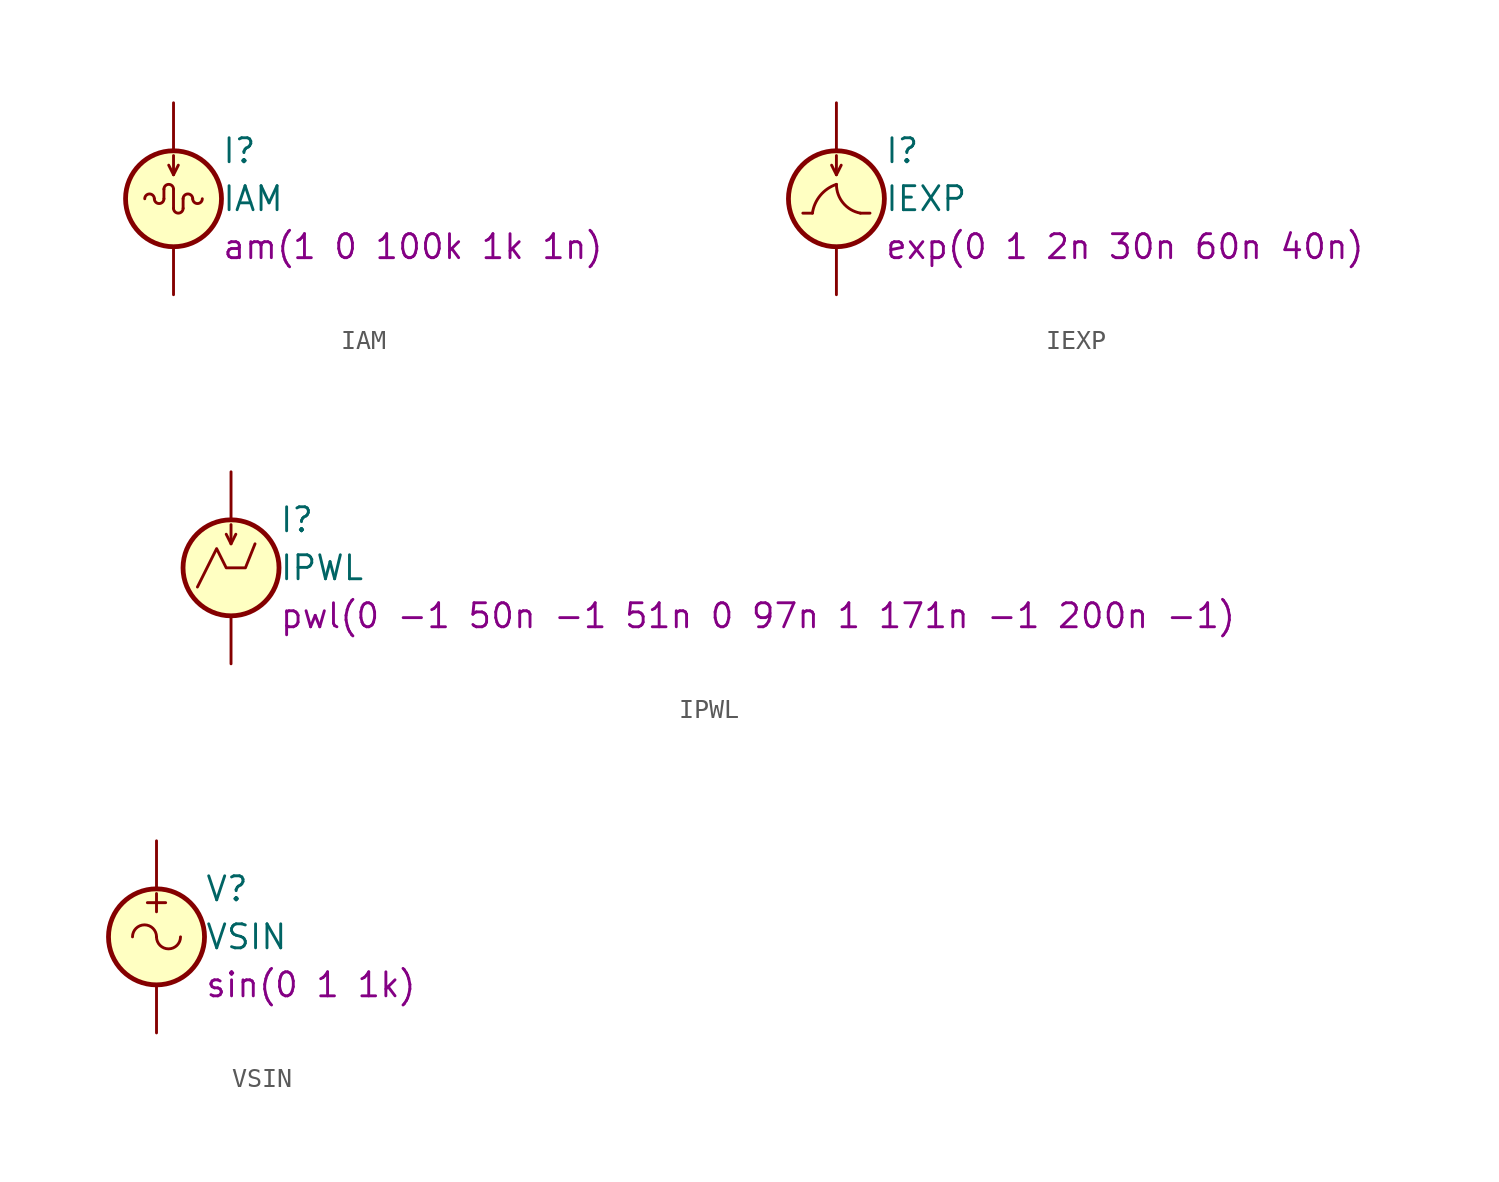
<source format=kicad_sym>
(kicad_symbol_lib
  (version 20211014)
  (generator kicad_symbol_editor)
  (symbol "IAM"
    (pin_numbers hide)
    (pin_names
      (offset 0.025))
    (property "Reference" "I"
      (at 2.54 2.54 0)
      (effects (font (size 1.27 1.27)) (justify left)))
    (property "Value" "IAM"
      (at 2.54 0 0)
      (effects (font (size 1.27 1.27)) (justify left)))
    (property "Spice_Model" "am(1 0 100k 1k 1n)"
      (at 2.54 -2.54 0)
      (effects (font (size 1.27 1.27)) (justify left)))
    (symbol "IAM_0_0"
      (arc (start 0 0.508) (mid -0.254 0.762) (end -0.508 0.508) (stroke (width 0) (type default) (color 0 0 0 0)) (fill (type none))))
    (symbol "IAM_0_1"
      (arc (start -1.016 0) (mid -1.27 0.254) (end -1.524 0) (stroke (width 0) (type default) (color 0 0 0 0)) (fill (type none)))
      (arc (start -1.016 0) (mid -0.762 -0.254) (end -0.508 0) (stroke (width 0) (type default) (color 0 0 0 0)) (fill (type none)))
      (arc (start 0 -0.508) (mid 0.254 -0.762) (end 0.508 -0.508) (stroke (width 0) (type default) (color 0 0 0 0)) (fill (type none)))
      (polyline (pts (xy -0.508 0.508) (xy -0.508 0)) (stroke (width 0) (type default) (color 0 0 0 0)) (fill (type none)))
      (polyline (pts (xy 0 0.508) (xy 0 -0.508)) (stroke (width 0) (type default) (color 0 0 0 0)) (fill (type none)))
      (polyline (pts (xy 0 1.27) (xy 0 2.286)) (stroke (width 0) (type default) (color 0 0 0 0)) (fill (type none)))
      (polyline (pts (xy 0.508 -0.508) (xy 0.508 0)) (stroke (width 0) (type default) (color 0 0 0 0)) (fill (type none)))
      (polyline (pts (xy -0.254 1.778) (xy 0 1.27) (xy 0.254 1.778)) (stroke (width 0) (type default) (color 0 0 0 0)) (fill (type none)))
      (circle (center 0 0) (radius 2.54) (stroke (width 0.254) (type default) (color 0 0 0 0)) (fill (type background)))
      (arc (start 1.016 0) (mid 0.762 0.254) (end 0.508 0) (stroke (width 0) (type default) (color 0 0 0 0)) (fill (type none)))
      (arc (start 1.016 0) (mid 1.27 -0.254) (end 1.524 0) (stroke (width 0) (type default) (color 0 0 0 0)) (fill (type none))))
    (symbol "IAM_1_1"
      (pin passive line (at 0 5.08 270) (length 2.54) (name "~" (effects (font (size 1.27 1.27)))) (number "1" (effects (font (size 1.27 1.27)))))
      (pin passive line (at 0 -5.08 90) (length 2.54) (name "~" (effects (font (size 1.27 1.27)))) (number "2" (effects (font (size 1.27 1.27)))))))
  (symbol "IEXP"
    (pin_numbers hide)
    (pin_names
      (offset 0.025))
    (property "Reference" "I"
      (at 2.54 2.54 0)
      (effects (font (size 1.27 1.27)) (justify left)))
    (property "Value" "IEXP"
      (at 2.54 0 0)
      (effects (font (size 1.27 1.27)) (justify left)))
    (property "Spice_Model" "exp(0 1 2n 30n 60n 40n)"
      (at 2.54 -2.54 0)
      (effects (font (size 1.27 1.27)) (justify left)))
    (symbol "IEXP_0_0"
      (polyline (pts (xy -1.27 -0.762) (xy -1.778 -0.762)) (stroke (width 0) (type default) (color 0 0 0 0)) (fill (type none)))
      (polyline (pts (xy 1.27 -0.762) (xy 1.778 -0.762)) (stroke (width 0) (type default) (color 0 0 0 0)) (fill (type none)))
      (arc (start 0 0.762) (mid -0.851 0.1794) (end -1.27 -0.762) (stroke (width 0) (type default) (color 0 0 0 0)) (fill (type none)))
      (arc (start 0 0.762) (mid 0.3591 -0.2299) (end 1.27 -0.762) (stroke (width 0) (type default) (color 0 0 0 0)) (fill (type none))))
    (symbol "IEXP_0_1"
      (polyline (pts (xy 0 1.27) (xy 0 2.286)) (stroke (width 0) (type default) (color 0 0 0 0)) (fill (type none)))
      (polyline (pts (xy -0.254 1.778) (xy 0 1.27) (xy 0.254 1.778)) (stroke (width 0) (type default) (color 0 0 0 0)) (fill (type none)))
      (circle (center 0 0) (radius 2.54) (stroke (width 0.254) (type default) (color 0 0 0 0)) (fill (type background))))
    (symbol "IEXP_1_1"
      (pin passive line (at 0 5.08 270) (length 2.54) (name "~" (effects (font (size 1.27 1.27)))) (number "1" (effects (font (size 1.27 1.27)))))
      (pin passive line (at 0 -5.08 90) (length 2.54) (name "~" (effects (font (size 1.27 1.27)))) (number "2" (effects (font (size 1.27 1.27)))))))
  (symbol "IPWL"
    (pin_numbers hide)
    (pin_names
      (offset 0.025))
    (property "Reference" "I"
      (at 2.54 2.54 0)
      (effects (font (size 1.27 1.27)) (justify left)))
    (property "Value" "IPWL"
      (at 2.54 0 0)
      (effects (font (size 1.27 1.27)) (justify left)))
    (property "Spice_Model" "pwl(0 -1 50n -1 51n 0 97n 1 171n -1 200n -1)"
      (at 2.54 -2.54 0)
      (effects (font (size 1.27 1.27)) (justify left)))
    (symbol "IPWL_0_0"
      (polyline (pts (xy -1.778 -1.016) (xy -0.762 1.016) (xy -0.254 0) (xy 0.762 0) (xy 1.27 1.27)) (stroke (width 0) (type default) (color 0 0 0 0)) (fill (type none))))
    (symbol "IPWL_0_1"
      (polyline (pts (xy 0 1.27) (xy 0 2.286)) (stroke (width 0) (type default) (color 0 0 0 0)) (fill (type none)))
      (polyline (pts (xy -0.254 1.778) (xy 0 1.27) (xy 0.254 1.778)) (stroke (width 0) (type default) (color 0 0 0 0)) (fill (type none)))
      (circle (center 0 0) (radius 2.54) (stroke (width 0.254) (type default) (color 0 0 0 0)) (fill (type background))))
    (symbol "IPWL_1_1"
      (pin passive line (at 0 5.08 270) (length 2.54) (name "~" (effects (font (size 1.27 1.27)))) (number "1" (effects (font (size 1.27 1.27)))))
      (pin passive line (at 0 -5.08 90) (length 2.54) (name "~" (effects (font (size 1.27 1.27)))) (number "2" (effects (font (size 1.27 1.27)))))))
  (symbol "VSIN"
    (pin_numbers hide)
    (pin_names
      (offset 0.025))
    (property "Reference" "V"
      (at 2.54 2.54 0)
      (effects (font (size 1.27 1.27)) (justify left)))
    (property "Value" "VSIN"
      (at 2.54 0 0)
      (effects (font (size 1.27 1.27)) (justify left)))
    (property "Spice_Model" "sin(0 1 1k)"
      (at 2.54 -2.54 0)
      (effects (font (size 1.27 1.27)) (justify left)))
    (symbol "VSIN_0_0"
      (arc (start 0 0) (mid -0.635 0.635) (end -1.27 0) (stroke (width 0) (type default) (color 0 0 0 0)) (fill (type none)))
      (arc (start 0 0) (mid 0.635 -0.635) (end 1.27 0) (stroke (width 0) (type default) (color 0 0 0 0)) (fill (type none)))
      (text "+" (at 0 1.905 0) (effects (font (size 1.27 1.27)))))
    (symbol "VSIN_0_1"
      (circle (center 0 0) (radius 2.54) (stroke (width 0.254) (type default) (color 0 0 0 0)) (fill (type background))))
    (symbol "VSIN_1_1"
      (pin passive line (at 0 5.08 270) (length 2.54) (name "~" (effects (font (size 1.27 1.27)))) (number "1" (effects (font (size 1.27 1.27)))))
      (pin passive line (at 0 -5.08 90) (length 2.54) (name "~" (effects (font (size 1.27 1.27)))) (number "2" (effects (font (size 1.27 1.27))))))))
</source>
